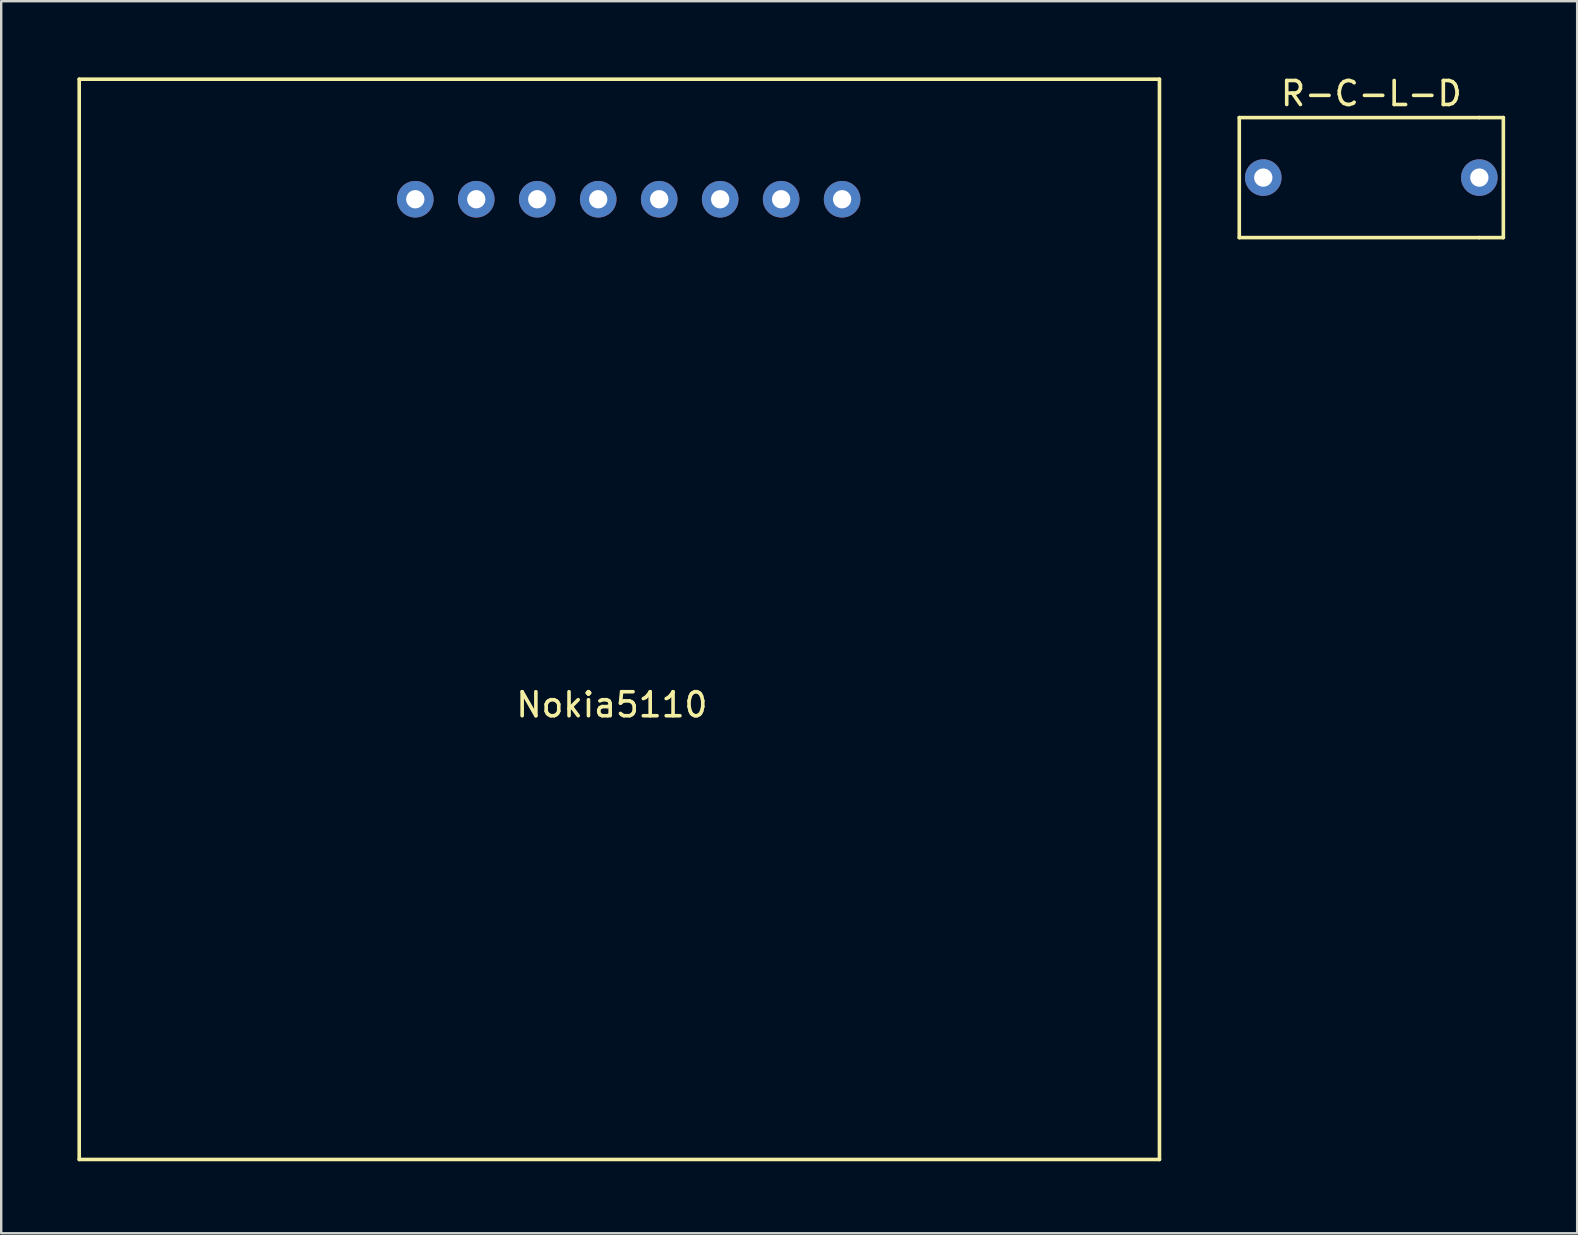
<source format=kicad_pcb>
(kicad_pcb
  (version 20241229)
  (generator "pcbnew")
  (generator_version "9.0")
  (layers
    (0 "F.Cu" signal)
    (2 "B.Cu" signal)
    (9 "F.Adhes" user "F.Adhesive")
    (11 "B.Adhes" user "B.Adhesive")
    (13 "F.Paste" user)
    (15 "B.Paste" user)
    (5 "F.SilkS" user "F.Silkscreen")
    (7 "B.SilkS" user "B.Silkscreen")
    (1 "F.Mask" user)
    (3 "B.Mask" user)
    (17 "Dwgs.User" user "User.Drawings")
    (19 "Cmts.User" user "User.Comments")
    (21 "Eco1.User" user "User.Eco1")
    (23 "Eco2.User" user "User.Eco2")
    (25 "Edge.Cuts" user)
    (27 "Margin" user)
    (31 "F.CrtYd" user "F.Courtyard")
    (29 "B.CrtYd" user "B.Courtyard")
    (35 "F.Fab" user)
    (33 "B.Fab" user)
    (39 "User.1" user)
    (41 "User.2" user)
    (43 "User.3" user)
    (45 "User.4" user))
  (footprint "Nokia5110"
    (layer "F.Cu")
    (at 0.25 0.25)
    (property "Reference" "Nokia5110" (at 22.19 26.06 0) (layer "F.SilkS") (effects (font (size 1 1) (thickness 0.15))))
    (attr through_hole)
    (fp_line (start 0 0) (end 45 0) (stroke (width 0.15) (type solid)) (layer "F.SilkS"))
    (fp_line (start 0 45) (end 0 0) (stroke (width 0.15) (type solid)) (layer "F.SilkS"))
    (fp_line (start 45 0) (end 45 45) (stroke (width 0.15) (type solid)) (layer "F.SilkS"))
    (fp_line (start 45 45) (end 0 45) (stroke (width 0.15) (type solid)) (layer "F.SilkS"))
    (pad "1" thru_hole circle (at 14 5) (size 1.524 1.524) (drill 0.762) (layers "*.Cu" "*.Mask"))
    (pad "2" thru_hole circle (at 16.54 5) (size 1.524 1.524) (drill 0.762) (layers "*.Cu" "*.Mask"))
    (pad "3" thru_hole circle (at 19.08 5) (size 1.524 1.524) (drill 0.762) (layers "*.Cu" "*.Mask"))
    (pad "4" thru_hole circle (at 21.62 5) (size 1.524 1.524) (drill 0.762) (layers "*.Cu" "*.Mask"))
    (pad "5" thru_hole circle (at 24.16 5) (size 1.524 1.524) (drill 0.762) (layers "*.Cu" "*.Mask"))
    (pad "6" thru_hole circle (at 26.7 5) (size 1.524 1.524) (drill 0.762) (layers "*.Cu" "*.Mask"))
    (pad "7" thru_hole circle (at 29.24 5) (size 1.524 1.524) (drill 0.762) (layers "*.Cu" "*.Mask"))
    (pad "8" thru_hole circle (at 31.78 5) (size 1.524 1.524) (drill 0.762) (layers "*.Cu" "*.Mask")))
  (footprint "R-C-L-D"
    (layer "F.Cu")
    (at 48.575 1.848)
    (property "Reference" "R-C-L-D" (at 5.5 -1 0) (layer "F.SilkS") (effects (font (size 1 1) (thickness 0.15))))
    (attr through_hole)
    (fp_line (start 0 0) (end 0 5) (stroke (width 0.15) (type solid)) (layer "F.SilkS"))
    (fp_line (start 0 5) (end 10 5) (stroke (width 0.15) (type solid)) (layer "F.SilkS"))
    (fp_line (start 10 0) (end 0 0) (stroke (width 0.15) (type solid)) (layer "F.SilkS"))
    (fp_line (start 10 0) (end 11 0) (stroke (width 0.15) (type solid)) (layer "F.SilkS"))
    (fp_line (start 11 0) (end 11 5) (stroke (width 0.15) (type solid)) (layer "F.SilkS"))
    (fp_line (start 11 5) (end 10 5) (stroke (width 0.15) (type solid)) (layer "F.SilkS"))
    (pad "1" thru_hole circle (at 1 2.5) (size 1.524 1.524) (drill 0.762) (layers "*.Cu" "*.Mask"))
    (pad "2" thru_hole circle (at 10 2.5) (size 1.524 1.524) (drill 0.762) (layers "*.Cu" "*.Mask")))
  (gr_rect
    (start -3 -3)
    (end 62.65 48.325)
    (stroke (width 0.1) (type default))
    (fill no)
    (layer "Edge.Cuts")))
</source>
